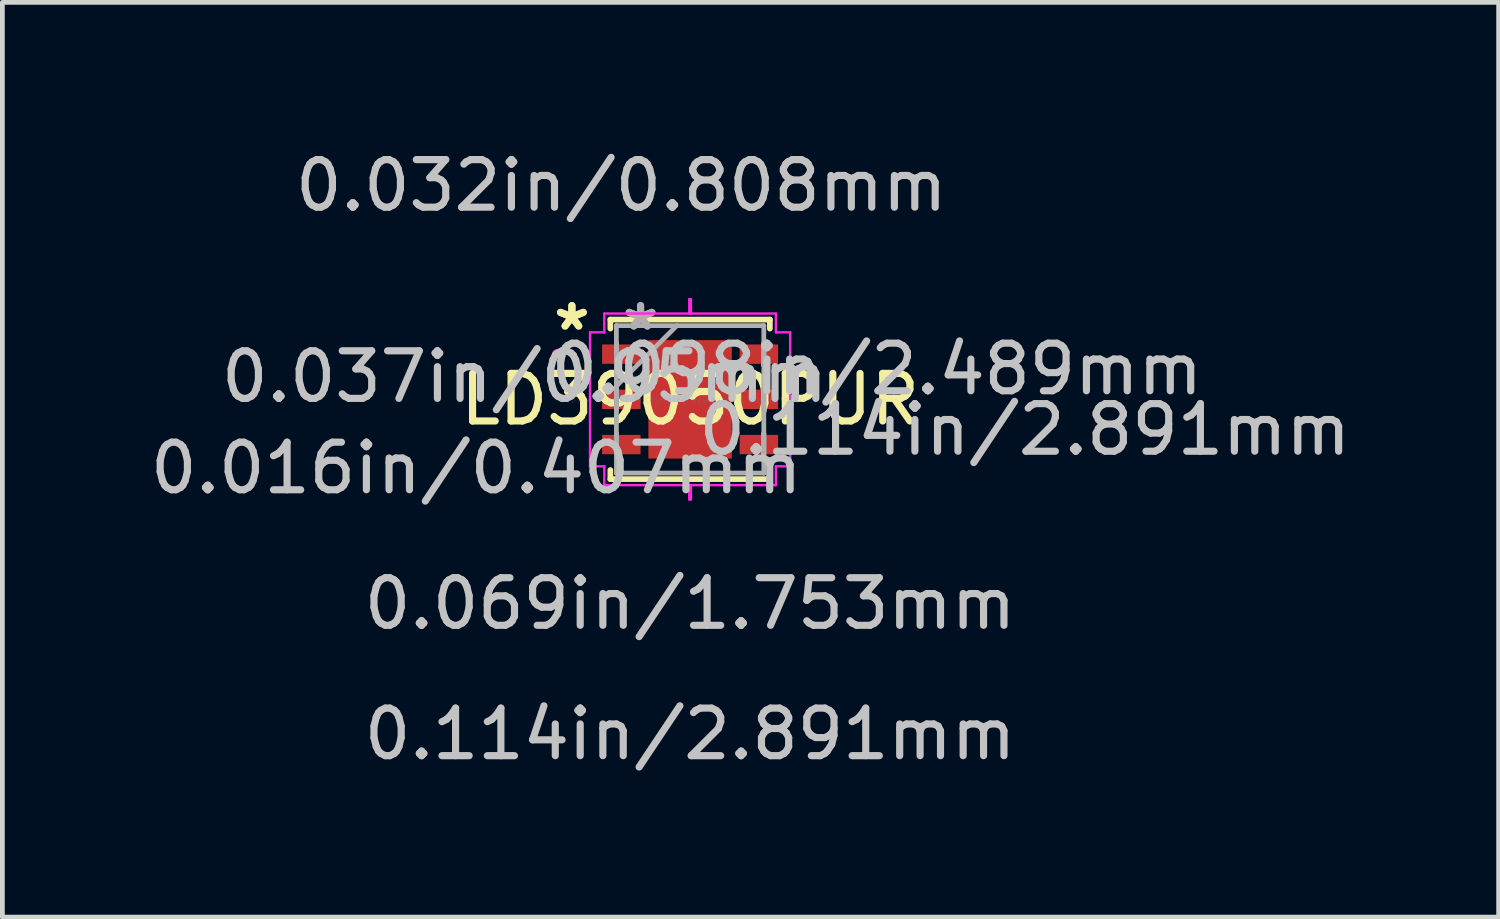
<source format=kicad_pcb>
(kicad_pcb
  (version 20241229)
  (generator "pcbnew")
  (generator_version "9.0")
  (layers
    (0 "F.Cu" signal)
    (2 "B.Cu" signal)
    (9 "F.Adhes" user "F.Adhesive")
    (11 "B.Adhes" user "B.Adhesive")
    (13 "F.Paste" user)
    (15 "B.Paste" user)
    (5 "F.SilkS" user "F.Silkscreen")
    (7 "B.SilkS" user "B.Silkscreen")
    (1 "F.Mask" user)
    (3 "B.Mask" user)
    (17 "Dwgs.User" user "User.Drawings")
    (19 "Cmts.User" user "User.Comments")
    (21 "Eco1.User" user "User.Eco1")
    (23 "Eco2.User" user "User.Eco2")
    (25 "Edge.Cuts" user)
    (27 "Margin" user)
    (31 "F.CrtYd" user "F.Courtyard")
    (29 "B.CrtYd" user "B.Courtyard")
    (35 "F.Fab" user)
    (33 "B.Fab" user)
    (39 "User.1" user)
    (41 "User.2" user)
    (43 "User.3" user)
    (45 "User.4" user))
  (footprint "LD39050PUR"
    (layer "F.Cu")
    (at 11.452 5.342)
    (property "Reference" "LD39050PUR" (at 0 0 0) (layer "F.SilkS") (effects (font (size 1 1) (thickness 0.15))))
    (attr through_hole)
    (fp_line (start -1.676 -1.676) (end -1.676 -1.486) (stroke (width 0.12) (type solid)) (layer "F.SilkS"))
    (fp_line (start -1.676 1.486) (end -1.676 1.676) (stroke (width 0.12) (type solid)) (layer "F.SilkS"))
    (fp_line (start -1.676 1.676) (end 1.676 1.676) (stroke (width 0.12) (type solid)) (layer "F.SilkS"))
    (fp_line (start 1.676 -1.676) (end -1.676 -1.676) (stroke (width 0.12) (type solid)) (layer "F.SilkS"))
    (fp_line (start 1.676 -1.486) (end 1.676 -1.676) (stroke (width 0.12) (type solid)) (layer "F.SilkS"))
    (fp_line (start 1.676 1.676) (end 1.676 1.486) (stroke (width 0.12) (type solid)) (layer "F.SilkS"))
    (fp_line (start -2.103 -1.408) (end -1.803 -1.408) (stroke (width 0.05) (type solid)) (layer "F.CrtYd"))
    (fp_line (start -2.103 1.408) (end -2.103 -1.408) (stroke (width 0.05) (type solid)) (layer "F.CrtYd"))
    (fp_line (start -1.803 -1.803) (end 0.017 -1.803) (stroke (width 0.05) (type solid)) (layer "F.CrtYd"))
    (fp_line (start -1.803 -1.408) (end -1.803 -1.803) (stroke (width 0.05) (type solid)) (layer "F.CrtYd"))
    (fp_line (start -1.803 1.408) (end -2.103 1.408) (stroke (width 0.05) (type solid)) (layer "F.CrtYd"))
    (fp_line (start -1.803 1.803) (end -1.803 1.408) (stroke (width 0.05) (type solid)) (layer "F.CrtYd"))
    (fp_line (start -0.017 -2.103) (end -0.017 -1.803) (stroke (width 0.05) (type solid)) (layer "F.CrtYd"))
    (fp_line (start -0.017 -1.803) (end 1.803 -1.803) (stroke (width 0.05) (type solid)) (layer "F.CrtYd"))
    (fp_line (start -0.017 1.803) (end -0.017 2.103) (stroke (width 0.05) (type solid)) (layer "F.CrtYd"))
    (fp_line (start -0.017 2.103) (end 0.017 2.103) (stroke (width 0.05) (type solid)) (layer "F.CrtYd"))
    (fp_line (start 0.017 -2.103) (end -0.017 -2.103) (stroke (width 0.05) (type solid)) (layer "F.CrtYd"))
    (fp_line (start 0.017 -1.803) (end 0.017 -2.103) (stroke (width 0.05) (type solid)) (layer "F.CrtYd"))
    (fp_line (start 0.017 1.803) (end -1.803 1.803) (stroke (width 0.05) (type solid)) (layer "F.CrtYd"))
    (fp_line (start 0.017 2.103) (end 0.017 1.803) (stroke (width 0.05) (type solid)) (layer "F.CrtYd"))
    (fp_line (start 1.803 -1.803) (end 1.803 -1.408) (stroke (width 0.05) (type solid)) (layer "F.CrtYd"))
    (fp_line (start 1.803 -1.408) (end 2.103 -1.408) (stroke (width 0.05) (type solid)) (layer "F.CrtYd"))
    (fp_line (start 1.803 1.408) (end 1.803 1.803) (stroke (width 0.05) (type solid)) (layer "F.CrtYd"))
    (fp_line (start 1.803 1.803) (end -0.017 1.803) (stroke (width 0.05) (type solid)) (layer "F.CrtYd"))
    (fp_line (start 2.103 -1.408) (end 2.103 1.408) (stroke (width 0.05) (type solid)) (layer "F.CrtYd"))
    (fp_line (start 2.103 1.408) (end 1.803 1.408) (stroke (width 0.05) (type solid)) (layer "F.CrtYd"))
    (fp_circle (center -2.804 -0.95) (end -2.728 -0.95) (stroke (width 0.05) (type solid)) (fill no) (layer "F.CrtYd"))
    (fp_line (start -1.549 -1.549) (end -1.549 -1.549) (stroke (width 0.1) (type solid)) (layer "F.Fab"))
    (fp_line (start -1.549 -1.549) (end -1.549 1.549) (stroke (width 0.1) (type solid)) (layer "F.Fab"))
    (fp_line (start -1.549 -1.179) (end -1.549 -1.179) (stroke (width 0.1) (type solid)) (layer "F.Fab"))
    (fp_line (start -1.549 -1.179) (end -1.549 -0.721) (stroke (width 0.1) (type solid)) (layer "F.Fab"))
    (fp_line (start -1.549 -0.721) (end -1.549 -1.179) (stroke (width 0.1) (type solid)) (layer "F.Fab"))
    (fp_line (start -1.549 -0.721) (end -1.549 -0.721) (stroke (width 0.1) (type solid)) (layer "F.Fab"))
    (fp_line (start -1.549 -0.279) (end -0.279 -1.549) (stroke (width 0.1) (type solid)) (layer "F.Fab"))
    (fp_line (start -1.549 -0.229) (end -1.549 -0.229) (stroke (width 0.1) (type solid)) (layer "F.Fab"))
    (fp_line (start -1.549 -0.229) (end -1.549 0.229) (stroke (width 0.1) (type solid)) (layer "F.Fab"))
    (fp_line (start -1.549 0.229) (end -1.549 -0.229) (stroke (width 0.1) (type solid)) (layer "F.Fab"))
    (fp_line (start -1.549 0.229) (end -1.549 0.229) (stroke (width 0.1) (type solid)) (layer "F.Fab"))
    (fp_line (start -1.549 0.721) (end -1.549 0.721) (stroke (width 0.1) (type solid)) (layer "F.Fab"))
    (fp_line (start -1.549 0.721) (end -1.549 1.179) (stroke (width 0.1) (type solid)) (layer "F.Fab"))
    (fp_line (start -1.549 1.179) (end -1.549 0.721) (stroke (width 0.1) (type solid)) (layer "F.Fab"))
    (fp_line (start -1.549 1.179) (end -1.549 1.179) (stroke (width 0.1) (type solid)) (layer "F.Fab"))
    (fp_line (start -1.549 1.549) (end -1.549 1.549) (stroke (width 0.1) (type solid)) (layer "F.Fab"))
    (fp_line (start -1.549 1.549) (end 1.549 1.549) (stroke (width 0.1) (type solid)) (layer "F.Fab"))
    (fp_line (start 1.549 -1.549) (end -1.549 -1.549) (stroke (width 0.1) (type solid)) (layer "F.Fab"))
    (fp_line (start 1.549 -1.549) (end 1.549 -1.549) (stroke (width 0.1) (type solid)) (layer "F.Fab"))
    (fp_line (start 1.549 -1.179) (end 1.549 -1.179) (stroke (width 0.1) (type solid)) (layer "F.Fab"))
    (fp_line (start 1.549 -1.179) (end 1.549 -0.721) (stroke (width 0.1) (type solid)) (layer "F.Fab"))
    (fp_line (start 1.549 -0.721) (end 1.549 -1.179) (stroke (width 0.1) (type solid)) (layer "F.Fab"))
    (fp_line (start 1.549 -0.721) (end 1.549 -0.721) (stroke (width 0.1) (type solid)) (layer "F.Fab"))
    (fp_line (start 1.549 -0.229) (end 1.549 -0.229) (stroke (width 0.1) (type solid)) (layer "F.Fab"))
    (fp_line (start 1.549 -0.229) (end 1.549 0.229) (stroke (width 0.1) (type solid)) (layer "F.Fab"))
    (fp_line (start 1.549 0.229) (end 1.549 -0.229) (stroke (width 0.1) (type solid)) (layer "F.Fab"))
    (fp_line (start 1.549 0.229) (end 1.549 0.229) (stroke (width 0.1) (type solid)) (layer "F.Fab"))
    (fp_line (start 1.549 0.721) (end 1.549 0.721) (stroke (width 0.1) (type solid)) (layer "F.Fab"))
    (fp_line (start 1.549 0.721) (end 1.549 1.179) (stroke (width 0.1) (type solid)) (layer "F.Fab"))
    (fp_line (start 1.549 1.179) (end 1.549 0.721) (stroke (width 0.1) (type solid)) (layer "F.Fab"))
    (fp_line (start 1.549 1.179) (end 1.549 1.179) (stroke (width 0.1) (type solid)) (layer "F.Fab"))
    (fp_line (start 1.549 1.549) (end 1.549 -1.549) (stroke (width 0.1) (type solid)) (layer "F.Fab"))
    (fp_line (start 1.549 1.549) (end 1.549 1.549) (stroke (width 0.1) (type solid)) (layer "F.Fab"))
    (fp_text user "*" (at -2.484 -1.425 0) (layer "F.SilkS") (effects (font (size 1 1) (thickness 0.15))))
    (fp_text user "*" (at -2.484 -1.425 0) (layer "F.SilkS") (effects (font (size 1 1) (thickness 0.15))))
    (fp_text user "0.037in/0.95mm" (at -3.477 -0.475 0) (layer "Dwgs.User") (effects (font (size 1 1) (thickness 0.15))))
    (fp_text user "0.032in/0.808mm" (at -1.445 -4.493 0) (layer "Dwgs.User") (effects (font (size 1 1) (thickness 0.15))))
    (fp_text user "0.098in/2.489mm" (at 3.924 -0.635 0) (layer "Dwgs.User") (effects (font (size 1 1) (thickness 0.15))))
    (fp_text user "0.114in/2.891mm" (at 7.033 0.635 0) (layer "Dwgs.User") (effects (font (size 1 1) (thickness 0.15))))
    (fp_text user "0.114in/2.891mm" (at 0 7.033 0) (layer "Dwgs.User") (effects (font (size 1 1) (thickness 0.15))))
    (fp_text user "0.069in/1.753mm" (at 0 4.293 0) (layer "Dwgs.User") (effects (font (size 1 1) (thickness 0.15))))
    (fp_text user "0.016in/0.407mm" (at -4.493 1.445 0) (layer "Dwgs.User") (effects (font (size 1 1) (thickness 0.15))))
    (fp_text user "Copyright 2021 Accelerated Designs. All rights reserved." (at 0 0 0) (layer "Cmts.User") (effects (font (size 0.127 0.127) (thickness 0.002))))
    (fp_text user "*" (at -1.041 -1.425 0) (layer "F.Fab") (effects (font (size 1 1) (thickness 0.15))))
    (fp_text user "*" (at -1.041 -1.425 0) (layer "F.Fab") (effects (font (size 1 1) (thickness 0.15))))
    (pad "1" smd rect (at -1.445 -0.95 90) (size 0.407 0.808) (layers "F.Cu" "F.Mask" "F.Paste"))
    (pad "2" smd rect (at -1.445 0 90) (size 0.407 0.808) (layers "F.Cu" "F.Mask" "F.Paste"))
    (pad "3" smd rect (at -1.445 0.95 90) (size 0.407 0.808) (layers "F.Cu" "F.Mask" "F.Paste"))
    (pad "4" smd rect (at 1.445 0.95 90) (size 0.407 0.808) (layers "F.Cu" "F.Mask" "F.Paste"))
    (pad "5" smd rect (at 1.445 0 90) (size 0.407 0.808) (layers "F.Cu" "F.Mask" "F.Paste"))
    (pad "6" smd rect (at 1.445 -0.95 90) (size 0.407 0.808) (layers "F.Cu" "F.Mask" "F.Paste"))
    (pad "7" smd rect (at 0 0) (size 1.753 2.489) (layers "F.Cu" "F.Mask" "F.Paste")))
  (gr_rect
    (start -3 -3)
    (end 28.443 16.223)
    (stroke (width 0.1) (type default))
    (fill no)
    (layer "Edge.Cuts")))
</source>
